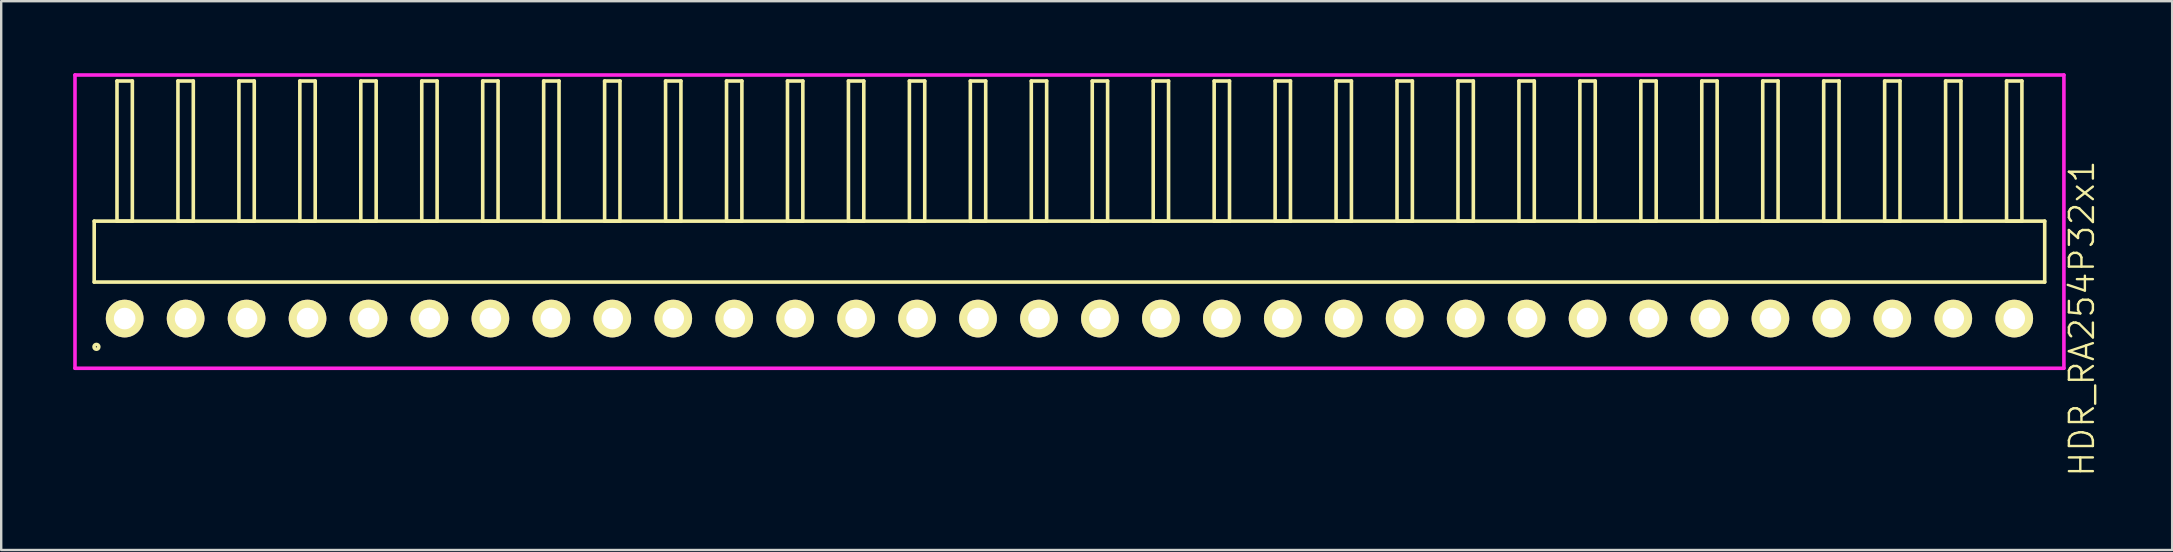
<source format=kicad_pcb>
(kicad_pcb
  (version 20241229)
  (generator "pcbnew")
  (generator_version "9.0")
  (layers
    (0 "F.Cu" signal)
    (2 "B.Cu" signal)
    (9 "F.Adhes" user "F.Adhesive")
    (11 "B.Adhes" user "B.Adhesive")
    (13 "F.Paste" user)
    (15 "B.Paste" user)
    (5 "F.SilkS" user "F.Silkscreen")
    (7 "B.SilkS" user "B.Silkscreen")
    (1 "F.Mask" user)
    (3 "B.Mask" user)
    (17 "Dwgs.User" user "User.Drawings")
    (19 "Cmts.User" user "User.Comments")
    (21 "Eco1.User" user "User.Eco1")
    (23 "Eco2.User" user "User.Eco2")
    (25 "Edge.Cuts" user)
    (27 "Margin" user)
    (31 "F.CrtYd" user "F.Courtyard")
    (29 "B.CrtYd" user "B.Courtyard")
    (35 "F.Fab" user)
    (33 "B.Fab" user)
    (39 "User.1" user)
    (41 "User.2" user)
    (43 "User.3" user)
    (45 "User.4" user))
  (footprint "HDR_RA254P32x1"
    (layer "F.Cu")
    (at 41.515 10.225)
    (property "Reference" "HDR_RA254P32x1" (at 42.19 0 90) (layer "F.SilkS") (effects (font (size 1 1) (thickness 0.1))))
    (attr through_hole)
    (fp_line (start -40.64 -4.06) (end -40.64 -1.52) (stroke (width 0.15) (type solid)) (layer "F.SilkS"))
    (fp_line (start -40.64 -1.52) (end 40.64 -1.52) (stroke (width 0.15) (type solid)) (layer "F.SilkS"))
    (fp_line (start -39.69 -9.9) (end -39.69 -4.06) (stroke (width 0.15) (type solid)) (layer "F.SilkS"))
    (fp_line (start -39.69 -4.06) (end -39.05 -4.06) (stroke (width 0.15) (type solid)) (layer "F.SilkS"))
    (fp_line (start -39.05 -9.9) (end -39.69 -9.9) (stroke (width 0.15) (type solid)) (layer "F.SilkS"))
    (fp_line (start -39.05 -4.06) (end -39.05 -9.9) (stroke (width 0.15) (type solid)) (layer "F.SilkS"))
    (fp_line (start -37.15 -9.9) (end -37.15 -4.06) (stroke (width 0.15) (type solid)) (layer "F.SilkS"))
    (fp_line (start -37.15 -4.06) (end -36.51 -4.06) (stroke (width 0.15) (type solid)) (layer "F.SilkS"))
    (fp_line (start -36.51 -9.9) (end -37.15 -9.9) (stroke (width 0.15) (type solid)) (layer "F.SilkS"))
    (fp_line (start -36.51 -4.06) (end -36.51 -9.9) (stroke (width 0.15) (type solid)) (layer "F.SilkS"))
    (fp_line (start -34.61 -9.9) (end -34.61 -4.06) (stroke (width 0.15) (type solid)) (layer "F.SilkS"))
    (fp_line (start -34.61 -4.06) (end -33.97 -4.06) (stroke (width 0.15) (type solid)) (layer "F.SilkS"))
    (fp_line (start -33.97 -9.9) (end -34.61 -9.9) (stroke (width 0.15) (type solid)) (layer "F.SilkS"))
    (fp_line (start -33.97 -4.06) (end -33.97 -9.9) (stroke (width 0.15) (type solid)) (layer "F.SilkS"))
    (fp_line (start -32.07 -9.9) (end -32.07 -4.06) (stroke (width 0.15) (type solid)) (layer "F.SilkS"))
    (fp_line (start -32.07 -4.06) (end -31.43 -4.06) (stroke (width 0.15) (type solid)) (layer "F.SilkS"))
    (fp_line (start -31.43 -9.9) (end -32.07 -9.9) (stroke (width 0.15) (type solid)) (layer "F.SilkS"))
    (fp_line (start -31.43 -4.06) (end -31.43 -9.9) (stroke (width 0.15) (type solid)) (layer "F.SilkS"))
    (fp_line (start -29.53 -9.9) (end -29.53 -4.06) (stroke (width 0.15) (type solid)) (layer "F.SilkS"))
    (fp_line (start -29.53 -4.06) (end -28.89 -4.06) (stroke (width 0.15) (type solid)) (layer "F.SilkS"))
    (fp_line (start -28.89 -9.9) (end -29.53 -9.9) (stroke (width 0.15) (type solid)) (layer "F.SilkS"))
    (fp_line (start -28.89 -4.06) (end -28.89 -9.9) (stroke (width 0.15) (type solid)) (layer "F.SilkS"))
    (fp_line (start -26.99 -9.9) (end -26.99 -4.06) (stroke (width 0.15) (type solid)) (layer "F.SilkS"))
    (fp_line (start -26.99 -4.06) (end -26.35 -4.06) (stroke (width 0.15) (type solid)) (layer "F.SilkS"))
    (fp_line (start -26.35 -9.9) (end -26.99 -9.9) (stroke (width 0.15) (type solid)) (layer "F.SilkS"))
    (fp_line (start -26.35 -4.06) (end -26.35 -9.9) (stroke (width 0.15) (type solid)) (layer "F.SilkS"))
    (fp_line (start -24.45 -9.9) (end -24.45 -4.06) (stroke (width 0.15) (type solid)) (layer "F.SilkS"))
    (fp_line (start -24.45 -4.06) (end -23.81 -4.06) (stroke (width 0.15) (type solid)) (layer "F.SilkS"))
    (fp_line (start -23.81 -9.9) (end -24.45 -9.9) (stroke (width 0.15) (type solid)) (layer "F.SilkS"))
    (fp_line (start -23.81 -4.06) (end -23.81 -9.9) (stroke (width 0.15) (type solid)) (layer "F.SilkS"))
    (fp_line (start -21.91 -9.9) (end -21.91 -4.06) (stroke (width 0.15) (type solid)) (layer "F.SilkS"))
    (fp_line (start -21.91 -4.06) (end -21.27 -4.06) (stroke (width 0.15) (type solid)) (layer "F.SilkS"))
    (fp_line (start -21.27 -9.9) (end -21.91 -9.9) (stroke (width 0.15) (type solid)) (layer "F.SilkS"))
    (fp_line (start -21.27 -4.06) (end -21.27 -9.9) (stroke (width 0.15) (type solid)) (layer "F.SilkS"))
    (fp_line (start -19.37 -9.9) (end -19.37 -4.06) (stroke (width 0.15) (type solid)) (layer "F.SilkS"))
    (fp_line (start -19.37 -4.06) (end -18.73 -4.06) (stroke (width 0.15) (type solid)) (layer "F.SilkS"))
    (fp_line (start -18.73 -9.9) (end -19.37 -9.9) (stroke (width 0.15) (type solid)) (layer "F.SilkS"))
    (fp_line (start -18.73 -4.06) (end -18.73 -9.9) (stroke (width 0.15) (type solid)) (layer "F.SilkS"))
    (fp_line (start -16.83 -9.9) (end -16.83 -4.06) (stroke (width 0.15) (type solid)) (layer "F.SilkS"))
    (fp_line (start -16.83 -4.06) (end -16.19 -4.06) (stroke (width 0.15) (type solid)) (layer "F.SilkS"))
    (fp_line (start -16.19 -9.9) (end -16.83 -9.9) (stroke (width 0.15) (type solid)) (layer "F.SilkS"))
    (fp_line (start -16.19 -4.06) (end -16.19 -9.9) (stroke (width 0.15) (type solid)) (layer "F.SilkS"))
    (fp_line (start -14.29 -9.9) (end -14.29 -4.06) (stroke (width 0.15) (type solid)) (layer "F.SilkS"))
    (fp_line (start -14.29 -4.06) (end -13.65 -4.06) (stroke (width 0.15) (type solid)) (layer "F.SilkS"))
    (fp_line (start -13.65 -9.9) (end -14.29 -9.9) (stroke (width 0.15) (type solid)) (layer "F.SilkS"))
    (fp_line (start -13.65 -4.06) (end -13.65 -9.9) (stroke (width 0.15) (type solid)) (layer "F.SilkS"))
    (fp_line (start -11.75 -9.9) (end -11.75 -4.06) (stroke (width 0.15) (type solid)) (layer "F.SilkS"))
    (fp_line (start -11.75 -4.06) (end -11.11 -4.06) (stroke (width 0.15) (type solid)) (layer "F.SilkS"))
    (fp_line (start -11.11 -9.9) (end -11.75 -9.9) (stroke (width 0.15) (type solid)) (layer "F.SilkS"))
    (fp_line (start -11.11 -4.06) (end -11.11 -9.9) (stroke (width 0.15) (type solid)) (layer "F.SilkS"))
    (fp_line (start -9.21 -9.9) (end -9.21 -4.06) (stroke (width 0.15) (type solid)) (layer "F.SilkS"))
    (fp_line (start -9.21 -4.06) (end -8.57 -4.06) (stroke (width 0.15) (type solid)) (layer "F.SilkS"))
    (fp_line (start -8.57 -9.9) (end -9.21 -9.9) (stroke (width 0.15) (type solid)) (layer "F.SilkS"))
    (fp_line (start -8.57 -4.06) (end -8.57 -9.9) (stroke (width 0.15) (type solid)) (layer "F.SilkS"))
    (fp_line (start -6.67 -9.9) (end -6.67 -4.06) (stroke (width 0.15) (type solid)) (layer "F.SilkS"))
    (fp_line (start -6.67 -4.06) (end -6.03 -4.06) (stroke (width 0.15) (type solid)) (layer "F.SilkS"))
    (fp_line (start -6.03 -9.9) (end -6.67 -9.9) (stroke (width 0.15) (type solid)) (layer "F.SilkS"))
    (fp_line (start -6.03 -4.06) (end -6.03 -9.9) (stroke (width 0.15) (type solid)) (layer "F.SilkS"))
    (fp_line (start -4.13 -9.9) (end -4.13 -4.06) (stroke (width 0.15) (type solid)) (layer "F.SilkS"))
    (fp_line (start -4.13 -4.06) (end -3.49 -4.06) (stroke (width 0.15) (type solid)) (layer "F.SilkS"))
    (fp_line (start -3.49 -9.9) (end -4.13 -9.9) (stroke (width 0.15) (type solid)) (layer "F.SilkS"))
    (fp_line (start -3.49 -4.06) (end -3.49 -9.9) (stroke (width 0.15) (type solid)) (layer "F.SilkS"))
    (fp_line (start -1.59 -9.9) (end -1.59 -4.06) (stroke (width 0.15) (type solid)) (layer "F.SilkS"))
    (fp_line (start -1.59 -4.06) (end -0.95 -4.06) (stroke (width 0.15) (type solid)) (layer "F.SilkS"))
    (fp_line (start -0.95 -9.9) (end -1.59 -9.9) (stroke (width 0.15) (type solid)) (layer "F.SilkS"))
    (fp_line (start -0.95 -4.06) (end -0.95 -9.9) (stroke (width 0.15) (type solid)) (layer "F.SilkS"))
    (fp_line (start 0.95 -9.9) (end 0.95 -4.06) (stroke (width 0.15) (type solid)) (layer "F.SilkS"))
    (fp_line (start 0.95 -4.06) (end 1.59 -4.06) (stroke (width 0.15) (type solid)) (layer "F.SilkS"))
    (fp_line (start 1.59 -9.9) (end 0.95 -9.9) (stroke (width 0.15) (type solid)) (layer "F.SilkS"))
    (fp_line (start 1.59 -4.06) (end 1.59 -9.9) (stroke (width 0.15) (type solid)) (layer "F.SilkS"))
    (fp_line (start 3.49 -9.9) (end 3.49 -4.06) (stroke (width 0.15) (type solid)) (layer "F.SilkS"))
    (fp_line (start 3.49 -4.06) (end 4.13 -4.06) (stroke (width 0.15) (type solid)) (layer "F.SilkS"))
    (fp_line (start 4.13 -9.9) (end 3.49 -9.9) (stroke (width 0.15) (type solid)) (layer "F.SilkS"))
    (fp_line (start 4.13 -4.06) (end 4.13 -9.9) (stroke (width 0.15) (type solid)) (layer "F.SilkS"))
    (fp_line (start 6.03 -9.9) (end 6.03 -4.06) (stroke (width 0.15) (type solid)) (layer "F.SilkS"))
    (fp_line (start 6.03 -4.06) (end 6.67 -4.06) (stroke (width 0.15) (type solid)) (layer "F.SilkS"))
    (fp_line (start 6.67 -9.9) (end 6.03 -9.9) (stroke (width 0.15) (type solid)) (layer "F.SilkS"))
    (fp_line (start 6.67 -4.06) (end 6.67 -9.9) (stroke (width 0.15) (type solid)) (layer "F.SilkS"))
    (fp_line (start 8.57 -9.9) (end 8.57 -4.06) (stroke (width 0.15) (type solid)) (layer "F.SilkS"))
    (fp_line (start 8.57 -4.06) (end 9.21 -4.06) (stroke (width 0.15) (type solid)) (layer "F.SilkS"))
    (fp_line (start 9.21 -9.9) (end 8.57 -9.9) (stroke (width 0.15) (type solid)) (layer "F.SilkS"))
    (fp_line (start 9.21 -4.06) (end 9.21 -9.9) (stroke (width 0.15) (type solid)) (layer "F.SilkS"))
    (fp_line (start 11.11 -9.9) (end 11.11 -4.06) (stroke (width 0.15) (type solid)) (layer "F.SilkS"))
    (fp_line (start 11.11 -4.06) (end 11.75 -4.06) (stroke (width 0.15) (type solid)) (layer "F.SilkS"))
    (fp_line (start 11.75 -9.9) (end 11.11 -9.9) (stroke (width 0.15) (type solid)) (layer "F.SilkS"))
    (fp_line (start 11.75 -4.06) (end 11.75 -9.9) (stroke (width 0.15) (type solid)) (layer "F.SilkS"))
    (fp_line (start 13.65 -9.9) (end 13.65 -4.06) (stroke (width 0.15) (type solid)) (layer "F.SilkS"))
    (fp_line (start 13.65 -4.06) (end 14.29 -4.06) (stroke (width 0.15) (type solid)) (layer "F.SilkS"))
    (fp_line (start 14.29 -9.9) (end 13.65 -9.9) (stroke (width 0.15) (type solid)) (layer "F.SilkS"))
    (fp_line (start 14.29 -4.06) (end 14.29 -9.9) (stroke (width 0.15) (type solid)) (layer "F.SilkS"))
    (fp_line (start 16.19 -9.9) (end 16.19 -4.06) (stroke (width 0.15) (type solid)) (layer "F.SilkS"))
    (fp_line (start 16.19 -4.06) (end 16.83 -4.06) (stroke (width 0.15) (type solid)) (layer "F.SilkS"))
    (fp_line (start 16.83 -9.9) (end 16.19 -9.9) (stroke (width 0.15) (type solid)) (layer "F.SilkS"))
    (fp_line (start 16.83 -4.06) (end 16.83 -9.9) (stroke (width 0.15) (type solid)) (layer "F.SilkS"))
    (fp_line (start 18.73 -9.9) (end 18.73 -4.06) (stroke (width 0.15) (type solid)) (layer "F.SilkS"))
    (fp_line (start 18.73 -4.06) (end 19.37 -4.06) (stroke (width 0.15) (type solid)) (layer "F.SilkS"))
    (fp_line (start 19.37 -9.9) (end 18.73 -9.9) (stroke (width 0.15) (type solid)) (layer "F.SilkS"))
    (fp_line (start 19.37 -4.06) (end 19.37 -9.9) (stroke (width 0.15) (type solid)) (layer "F.SilkS"))
    (fp_line (start 21.27 -9.9) (end 21.27 -4.06) (stroke (width 0.15) (type solid)) (layer "F.SilkS"))
    (fp_line (start 21.27 -4.06) (end 21.91 -4.06) (stroke (width 0.15) (type solid)) (layer "F.SilkS"))
    (fp_line (start 21.91 -9.9) (end 21.27 -9.9) (stroke (width 0.15) (type solid)) (layer "F.SilkS"))
    (fp_line (start 21.91 -4.06) (end 21.91 -9.9) (stroke (width 0.15) (type solid)) (layer "F.SilkS"))
    (fp_line (start 23.81 -9.9) (end 23.81 -4.06) (stroke (width 0.15) (type solid)) (layer "F.SilkS"))
    (fp_line (start 23.81 -4.06) (end 24.45 -4.06) (stroke (width 0.15) (type solid)) (layer "F.SilkS"))
    (fp_line (start 24.45 -9.9) (end 23.81 -9.9) (stroke (width 0.15) (type solid)) (layer "F.SilkS"))
    (fp_line (start 24.45 -4.06) (end 24.45 -9.9) (stroke (width 0.15) (type solid)) (layer "F.SilkS"))
    (fp_line (start 26.35 -9.9) (end 26.35 -4.06) (stroke (width 0.15) (type solid)) (layer "F.SilkS"))
    (fp_line (start 26.35 -4.06) (end 26.99 -4.06) (stroke (width 0.15) (type solid)) (layer "F.SilkS"))
    (fp_line (start 26.99 -9.9) (end 26.35 -9.9) (stroke (width 0.15) (type solid)) (layer "F.SilkS"))
    (fp_line (start 26.99 -4.06) (end 26.99 -9.9) (stroke (width 0.15) (type solid)) (layer "F.SilkS"))
    (fp_line (start 28.89 -9.9) (end 28.89 -4.06) (stroke (width 0.15) (type solid)) (layer "F.SilkS"))
    (fp_line (start 28.89 -4.06) (end 29.53 -4.06) (stroke (width 0.15) (type solid)) (layer "F.SilkS"))
    (fp_line (start 29.53 -9.9) (end 28.89 -9.9) (stroke (width 0.15) (type solid)) (layer "F.SilkS"))
    (fp_line (start 29.53 -4.06) (end 29.53 -9.9) (stroke (width 0.15) (type solid)) (layer "F.SilkS"))
    (fp_line (start 31.43 -9.9) (end 31.43 -4.06) (stroke (width 0.15) (type solid)) (layer "F.SilkS"))
    (fp_line (start 31.43 -4.06) (end 32.07 -4.06) (stroke (width 0.15) (type solid)) (layer "F.SilkS"))
    (fp_line (start 32.07 -9.9) (end 31.43 -9.9) (stroke (width 0.15) (type solid)) (layer "F.SilkS"))
    (fp_line (start 32.07 -4.06) (end 32.07 -9.9) (stroke (width 0.15) (type solid)) (layer "F.SilkS"))
    (fp_line (start 33.97 -9.9) (end 33.97 -4.06) (stroke (width 0.15) (type solid)) (layer "F.SilkS"))
    (fp_line (start 33.97 -4.06) (end 34.61 -4.06) (stroke (width 0.15) (type solid)) (layer "F.SilkS"))
    (fp_line (start 34.61 -9.9) (end 33.97 -9.9) (stroke (width 0.15) (type solid)) (layer "F.SilkS"))
    (fp_line (start 34.61 -4.06) (end 34.61 -9.9) (stroke (width 0.15) (type solid)) (layer "F.SilkS"))
    (fp_line (start 36.51 -9.9) (end 36.51 -4.06) (stroke (width 0.15) (type solid)) (layer "F.SilkS"))
    (fp_line (start 36.51 -4.06) (end 37.15 -4.06) (stroke (width 0.15) (type solid)) (layer "F.SilkS"))
    (fp_line (start 37.15 -9.9) (end 36.51 -9.9) (stroke (width 0.15) (type solid)) (layer "F.SilkS"))
    (fp_line (start 37.15 -4.06) (end 37.15 -9.9) (stroke (width 0.15) (type solid)) (layer "F.SilkS"))
    (fp_line (start 39.05 -9.9) (end 39.05 -4.06) (stroke (width 0.15) (type solid)) (layer "F.SilkS"))
    (fp_line (start 39.05 -4.06) (end 39.69 -4.06) (stroke (width 0.15) (type solid)) (layer "F.SilkS"))
    (fp_line (start 39.69 -9.9) (end 39.05 -9.9) (stroke (width 0.15) (type solid)) (layer "F.SilkS"))
    (fp_line (start 39.69 -4.06) (end 39.69 -9.9) (stroke (width 0.15) (type solid)) (layer "F.SilkS"))
    (fp_line (start 40.64 -4.06) (end -40.64 -4.06) (stroke (width 0.15) (type solid)) (layer "F.SilkS"))
    (fp_line (start 40.64 -1.52) (end 40.64 -4.06) (stroke (width 0.15) (type solid)) (layer "F.SilkS"))
    (fp_circle (center -40.547 1.178) (end -40.447 1.178) (stroke (width 0.15) (type solid)) (fill no) (layer "F.SilkS"))
    (fp_line (start -41.44 -10.15) (end -41.44 2.07) (stroke (width 0.15) (type solid)) (layer "F.CrtYd"))
    (fp_line (start -41.44 2.07) (end 41.44 2.07) (stroke (width 0.15) (type solid)) (layer "F.CrtYd"))
    (fp_line (start 41.44 -10.15) (end -41.44 -10.15) (stroke (width 0.15) (type solid)) (layer "F.CrtYd"))
    (fp_line (start 41.44 2.07) (end 41.44 -10.15) (stroke (width 0.15) (type solid)) (layer "F.CrtYd"))
    (pad "1" thru_hole oval (at -39.37 0) (size 1.57 1.57) (drill 0.9) (layers "*.Cu" "*.Mask" "F.SilkS"))
    (pad "2" thru_hole oval (at -36.83 0) (size 1.57 1.57) (drill 0.9) (layers "*.Cu" "*.Mask" "F.SilkS"))
    (pad "3" thru_hole oval (at -34.29 0) (size 1.57 1.57) (drill 0.9) (layers "*.Cu" "*.Mask" "F.SilkS"))
    (pad "4" thru_hole oval (at -31.75 0) (size 1.57 1.57) (drill 0.9) (layers "*.Cu" "*.Mask" "F.SilkS"))
    (pad "5" thru_hole oval (at -29.21 0) (size 1.57 1.57) (drill 0.9) (layers "*.Cu" "*.Mask" "F.SilkS"))
    (pad "6" thru_hole oval (at -26.67 0) (size 1.57 1.57) (drill 0.9) (layers "*.Cu" "*.Mask" "F.SilkS"))
    (pad "7" thru_hole oval (at -24.13 0) (size 1.57 1.57) (drill 0.9) (layers "*.Cu" "*.Mask" "F.SilkS"))
    (pad "8" thru_hole oval (at -21.59 0) (size 1.57 1.57) (drill 0.9) (layers "*.Cu" "*.Mask" "F.SilkS"))
    (pad "9" thru_hole oval (at -19.05 0) (size 1.57 1.57) (drill 0.9) (layers "*.Cu" "*.Mask" "F.SilkS"))
    (pad "10" thru_hole oval (at -16.51 0) (size 1.57 1.57) (drill 0.9) (layers "*.Cu" "*.Mask" "F.SilkS"))
    (pad "11" thru_hole oval (at -13.97 0) (size 1.57 1.57) (drill 0.9) (layers "*.Cu" "*.Mask" "F.SilkS"))
    (pad "12" thru_hole oval (at -11.43 0) (size 1.57 1.57) (drill 0.9) (layers "*.Cu" "*.Mask" "F.SilkS"))
    (pad "13" thru_hole oval (at -8.89 0) (size 1.57 1.57) (drill 0.9) (layers "*.Cu" "*.Mask" "F.SilkS"))
    (pad "14" thru_hole oval (at -6.35 0) (size 1.57 1.57) (drill 0.9) (layers "*.Cu" "*.Mask" "F.SilkS"))
    (pad "15" thru_hole oval (at -3.81 0) (size 1.57 1.57) (drill 0.9) (layers "*.Cu" "*.Mask" "F.SilkS"))
    (pad "16" thru_hole oval (at -1.27 0) (size 1.57 1.57) (drill 0.9) (layers "*.Cu" "*.Mask" "F.SilkS"))
    (pad "17" thru_hole oval (at 1.27 0) (size 1.57 1.57) (drill 0.9) (layers "*.Cu" "*.Mask" "F.SilkS"))
    (pad "18" thru_hole oval (at 3.81 0) (size 1.57 1.57) (drill 0.9) (layers "*.Cu" "*.Mask" "F.SilkS"))
    (pad "19" thru_hole oval (at 6.35 0) (size 1.57 1.57) (drill 0.9) (layers "*.Cu" "*.Mask" "F.SilkS"))
    (pad "20" thru_hole oval (at 8.89 0) (size 1.57 1.57) (drill 0.9) (layers "*.Cu" "*.Mask" "F.SilkS"))
    (pad "21" thru_hole oval (at 11.43 0) (size 1.57 1.57) (drill 0.9) (layers "*.Cu" "*.Mask" "F.SilkS"))
    (pad "22" thru_hole oval (at 13.97 0) (size 1.57 1.57) (drill 0.9) (layers "*.Cu" "*.Mask" "F.SilkS"))
    (pad "23" thru_hole oval (at 16.51 0) (size 1.57 1.57) (drill 0.9) (layers "*.Cu" "*.Mask" "F.SilkS"))
    (pad "24" thru_hole oval (at 19.05 0) (size 1.57 1.57) (drill 0.9) (layers "*.Cu" "*.Mask" "F.SilkS"))
    (pad "25" thru_hole oval (at 21.59 0) (size 1.57 1.57) (drill 0.9) (layers "*.Cu" "*.Mask" "F.SilkS"))
    (pad "26" thru_hole oval (at 24.13 0) (size 1.57 1.57) (drill 0.9) (layers "*.Cu" "*.Mask" "F.SilkS"))
    (pad "27" thru_hole oval (at 26.67 0) (size 1.57 1.57) (drill 0.9) (layers "*.Cu" "*.Mask" "F.SilkS"))
    (pad "28" thru_hole oval (at 29.21 0) (size 1.57 1.57) (drill 0.9) (layers "*.Cu" "*.Mask" "F.SilkS"))
    (pad "29" thru_hole oval (at 31.75 0) (size 1.57 1.57) (drill 0.9) (layers "*.Cu" "*.Mask" "F.SilkS"))
    (pad "30" thru_hole oval (at 34.29 0) (size 1.57 1.57) (drill 0.9) (layers "*.Cu" "*.Mask" "F.SilkS"))
    (pad "31" thru_hole oval (at 36.83 0) (size 1.57 1.57) (drill 0.9) (layers "*.Cu" "*.Mask" "F.SilkS"))
    (pad "32" thru_hole oval (at 39.37 0) (size 1.57 1.57) (drill 0.9) (layers "*.Cu" "*.Mask" "F.SilkS")))
  (gr_rect
    (start -3 -3)
    (end 87.466 19.87)
    (stroke (width 0.1) (type default))
    (fill no)
    (layer "Edge.Cuts")))
</source>
